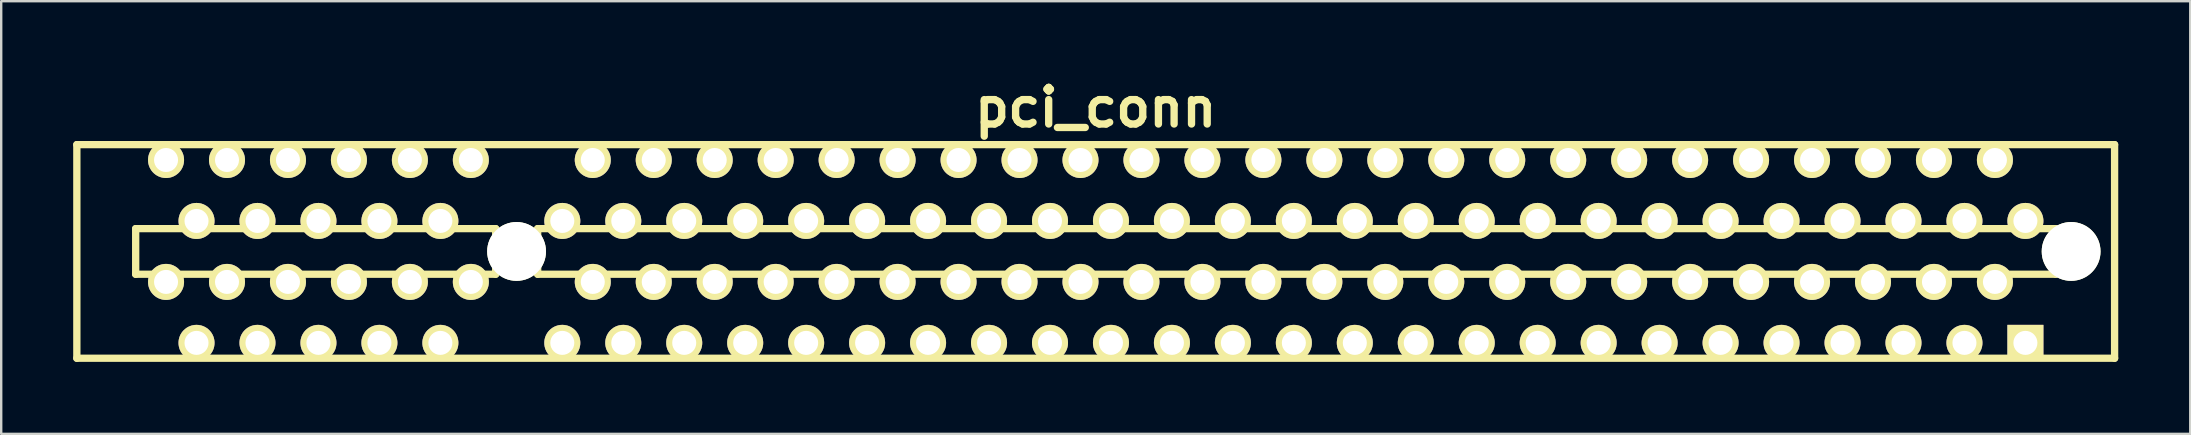
<source format=kicad_pcb>
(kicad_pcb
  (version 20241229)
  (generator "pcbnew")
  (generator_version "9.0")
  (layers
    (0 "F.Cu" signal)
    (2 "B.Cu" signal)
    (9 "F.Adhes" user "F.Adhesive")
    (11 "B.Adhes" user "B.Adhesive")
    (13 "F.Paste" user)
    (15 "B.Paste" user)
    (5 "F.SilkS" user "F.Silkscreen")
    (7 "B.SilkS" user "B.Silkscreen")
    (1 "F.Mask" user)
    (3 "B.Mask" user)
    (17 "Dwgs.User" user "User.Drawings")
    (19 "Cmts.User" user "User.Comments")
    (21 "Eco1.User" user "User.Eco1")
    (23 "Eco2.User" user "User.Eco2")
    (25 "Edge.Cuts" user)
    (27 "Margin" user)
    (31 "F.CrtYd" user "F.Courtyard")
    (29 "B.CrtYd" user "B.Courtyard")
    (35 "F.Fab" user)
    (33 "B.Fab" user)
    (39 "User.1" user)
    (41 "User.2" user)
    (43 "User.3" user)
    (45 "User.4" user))
  (footprint "pci_conn"
    (layer "F.Cu")
    (at 42.603 7.426)
    (property "Reference" "pci_conn" (at 0 -5.999 0) (layer "F.SilkS") (effects (font (size 1.524 1.524) (thickness 0.305))))
    (attr through_hole)
    (fp_line (start -42.451 -4.45) (end -42.451 4.45) (stroke (width 0.305) (type solid)) (layer "F.SilkS"))
    (fp_line (start -42.451 4.45) (end 42.451 4.45) (stroke (width 0.305) (type solid)) (layer "F.SilkS"))
    (fp_line (start -40 -0.95) (end -40 0.95) (stroke (width 0.305) (type solid)) (layer "F.SilkS"))
    (fp_line (start -40 0.95) (end -25.001 0.95) (stroke (width 0.305) (type solid)) (layer "F.SilkS"))
    (fp_line (start -25.001 -0.95) (end -40 -0.95) (stroke (width 0.305) (type solid)) (layer "F.SilkS"))
    (fp_line (start -25.001 0.95) (end -25.001 -0.95) (stroke (width 0.305) (type solid)) (layer "F.SilkS"))
    (fp_line (start -23.251 -0.95) (end 40 -0.95) (stroke (width 0.305) (type solid)) (layer "F.SilkS"))
    (fp_line (start -23.251 0.95) (end -23.251 -0.95) (stroke (width 0.305) (type solid)) (layer "F.SilkS"))
    (fp_line (start 40 -0.95) (end 40 0.95) (stroke (width 0.305) (type solid)) (layer "F.SilkS"))
    (fp_line (start 40 0.95) (end -23.251 0.95) (stroke (width 0.305) (type solid)) (layer "F.SilkS"))
    (fp_line (start 42.451 -4.45) (end -42.451 -4.45) (stroke (width 0.305) (type solid)) (layer "F.SilkS"))
    (fp_line (start 42.451 4.45) (end 42.451 -4.45) (stroke (width 0.305) (type solid)) (layer "F.SilkS"))
    (pad "" np_thru_hole circle (at -24.13 0) (size 2.451 2.451) (drill 2.451) (layers "*.Cu" "*.Mask" "F.SilkS"))
    (pad "" np_thru_hole circle (at 40.64 0) (size 2.451 2.451) (drill 2.451) (layers "*.Cu" "*.Mask" "F.SilkS"))
    (pad "A1" thru_hole rect (at 38.735 3.81) (size 1.501 1.501) (drill 1.001) (layers "*.Cu" "*.Mask" "F.SilkS"))
    (pad "A2" thru_hole circle (at 37.465 1.27) (size 1.501 1.501) (drill 1.001) (layers "*.Cu" "*.Mask" "F.SilkS"))
    (pad "A3" thru_hole circle (at 36.195 3.81) (size 1.501 1.501) (drill 1.001) (layers "*.Cu" "*.Mask" "F.SilkS"))
    (pad "A4" thru_hole circle (at 34.925 1.27) (size 1.501 1.501) (drill 1.001) (layers "*.Cu" "*.Mask" "F.SilkS"))
    (pad "A5" thru_hole circle (at 33.655 3.81) (size 1.501 1.501) (drill 1.001) (layers "*.Cu" "*.Mask" "F.SilkS"))
    (pad "A6" thru_hole circle (at 32.385 1.27) (size 1.501 1.501) (drill 1.001) (layers "*.Cu" "*.Mask" "F.SilkS"))
    (pad "A7" thru_hole circle (at 31.115 3.81) (size 1.501 1.501) (drill 1.001) (layers "*.Cu" "*.Mask" "F.SilkS"))
    (pad "A8" thru_hole circle (at 29.845 1.27) (size 1.501 1.501) (drill 1.001) (layers "*.Cu" "*.Mask" "F.SilkS"))
    (pad "A9" thru_hole circle (at 28.575 3.81) (size 1.501 1.501) (drill 1.001) (layers "*.Cu" "*.Mask" "F.SilkS"))
    (pad "A10" thru_hole circle (at 27.305 1.27) (size 1.501 1.501) (drill 1.001) (layers "*.Cu" "*.Mask" "F.SilkS"))
    (pad "A11" thru_hole circle (at 26.035 3.81) (size 1.501 1.501) (drill 1.001) (layers "*.Cu" "*.Mask" "F.SilkS"))
    (pad "A12" thru_hole circle (at 24.765 1.27) (size 1.501 1.501) (drill 1.001) (layers "*.Cu" "*.Mask" "F.SilkS"))
    (pad "A13" thru_hole circle (at 23.495 3.81) (size 1.501 1.501) (drill 1.001) (layers "*.Cu" "*.Mask" "F.SilkS"))
    (pad "A14" thru_hole circle (at 22.225 1.27) (size 1.501 1.501) (drill 1.001) (layers "*.Cu" "*.Mask" "F.SilkS"))
    (pad "A15" thru_hole circle (at 20.955 3.81) (size 1.501 1.501) (drill 1.001) (layers "*.Cu" "*.Mask" "F.SilkS"))
    (pad "A16" thru_hole circle (at 19.685 1.27) (size 1.501 1.501) (drill 1.001) (layers "*.Cu" "*.Mask" "F.SilkS"))
    (pad "A17" thru_hole circle (at 18.415 3.81) (size 1.501 1.501) (drill 1.001) (layers "*.Cu" "*.Mask" "F.SilkS"))
    (pad "A18" thru_hole circle (at 17.145 1.27) (size 1.501 1.501) (drill 1.001) (layers "*.Cu" "*.Mask" "F.SilkS"))
    (pad "A19" thru_hole circle (at 15.875 3.81) (size 1.501 1.501) (drill 1.001) (layers "*.Cu" "*.Mask" "F.SilkS"))
    (pad "A20" thru_hole circle (at 14.605 1.27) (size 1.501 1.501) (drill 1.001) (layers "*.Cu" "*.Mask" "F.SilkS"))
    (pad "A21" thru_hole circle (at 13.335 3.81) (size 1.501 1.501) (drill 1.001) (layers "*.Cu" "*.Mask" "F.SilkS"))
    (pad "A22" thru_hole circle (at 12.065 1.27) (size 1.501 1.501) (drill 1.001) (layers "*.Cu" "*.Mask" "F.SilkS"))
    (pad "A23" thru_hole circle (at 10.795 3.81) (size 1.501 1.501) (drill 1.001) (layers "*.Cu" "*.Mask" "F.SilkS"))
    (pad "A24" thru_hole circle (at 9.525 1.27) (size 1.501 1.501) (drill 1.001) (layers "*.Cu" "*.Mask" "F.SilkS"))
    (pad "A25" thru_hole circle (at 8.255 3.81) (size 1.501 1.501) (drill 1.001) (layers "*.Cu" "*.Mask" "F.SilkS"))
    (pad "A26" thru_hole circle (at 6.985 1.27) (size 1.501 1.501) (drill 1.001) (layers "*.Cu" "*.Mask" "F.SilkS"))
    (pad "A27" thru_hole circle (at 5.715 3.81) (size 1.501 1.501) (drill 1.001) (layers "*.Cu" "*.Mask" "F.SilkS"))
    (pad "A28" thru_hole circle (at 4.445 1.27) (size 1.501 1.501) (drill 1.001) (layers "*.Cu" "*.Mask" "F.SilkS"))
    (pad "A29" thru_hole circle (at 3.175 3.81) (size 1.501 1.501) (drill 1.001) (layers "*.Cu" "*.Mask" "F.SilkS"))
    (pad "A30" thru_hole circle (at 1.905 1.27) (size 1.501 1.501) (drill 1.001) (layers "*.Cu" "*.Mask" "F.SilkS"))
    (pad "A31" thru_hole circle (at 0.635 3.81) (size 1.501 1.501) (drill 1.001) (layers "*.Cu" "*.Mask" "F.SilkS"))
    (pad "A32" thru_hole circle (at -0.635 1.27) (size 1.501 1.501) (drill 1.001) (layers "*.Cu" "*.Mask" "F.SilkS"))
    (pad "A33" thru_hole circle (at -1.905 3.81) (size 1.501 1.501) (drill 1.001) (layers "*.Cu" "*.Mask" "F.SilkS"))
    (pad "A34" thru_hole circle (at -3.175 1.27) (size 1.501 1.501) (drill 1.001) (layers "*.Cu" "*.Mask" "F.SilkS"))
    (pad "A35" thru_hole circle (at -4.445 3.81) (size 1.501 1.501) (drill 1.001) (layers "*.Cu" "*.Mask" "F.SilkS"))
    (pad "A36" thru_hole circle (at -5.715 1.27) (size 1.501 1.501) (drill 1.001) (layers "*.Cu" "*.Mask" "F.SilkS"))
    (pad "A37" thru_hole circle (at -6.985 3.81) (size 1.501 1.501) (drill 1.001) (layers "*.Cu" "*.Mask" "F.SilkS"))
    (pad "A38" thru_hole circle (at -8.255 1.27) (size 1.501 1.501) (drill 1.001) (layers "*.Cu" "*.Mask" "F.SilkS"))
    (pad "A39" thru_hole circle (at -9.525 3.81) (size 1.501 1.501) (drill 1.001) (layers "*.Cu" "*.Mask" "F.SilkS"))
    (pad "A40" thru_hole circle (at -10.795 1.27) (size 1.501 1.501) (drill 1.001) (layers "*.Cu" "*.Mask" "F.SilkS"))
    (pad "A41" thru_hole circle (at -12.065 3.81) (size 1.501 1.501) (drill 1.001) (layers "*.Cu" "*.Mask" "F.SilkS"))
    (pad "A42" thru_hole circle (at -13.335 1.27) (size 1.501 1.501) (drill 1.001) (layers "*.Cu" "*.Mask" "F.SilkS"))
    (pad "A43" thru_hole circle (at -14.605 3.81) (size 1.501 1.501) (drill 1.001) (layers "*.Cu" "*.Mask" "F.SilkS"))
    (pad "A44" thru_hole circle (at -15.875 1.27) (size 1.501 1.501) (drill 1.001) (layers "*.Cu" "*.Mask" "F.SilkS"))
    (pad "A45" thru_hole circle (at -17.145 3.81) (size 1.501 1.501) (drill 1.001) (layers "*.Cu" "*.Mask" "F.SilkS"))
    (pad "A46" thru_hole circle (at -18.415 1.27) (size 1.501 1.501) (drill 1.001) (layers "*.Cu" "*.Mask" "F.SilkS"))
    (pad "A47" thru_hole circle (at -19.685 3.81) (size 1.501 1.501) (drill 1.001) (layers "*.Cu" "*.Mask" "F.SilkS"))
    (pad "A48" thru_hole circle (at -20.955 1.27) (size 1.501 1.501) (drill 1.001) (layers "*.Cu" "*.Mask" "F.SilkS"))
    (pad "A49" thru_hole circle (at -22.225 3.81) (size 1.501 1.501) (drill 1.001) (layers "*.Cu" "*.Mask" "F.SilkS"))
    (pad "A50" thru_hole circle (at -26.035 1.27) (size 1.501 1.501) (drill 1.001) (layers "*.Cu" "*.Mask" "F.SilkS"))
    (pad "A51" thru_hole circle (at -27.305 3.81) (size 1.501 1.501) (drill 1.001) (layers "*.Cu" "*.Mask" "F.SilkS"))
    (pad "A52" thru_hole circle (at -28.575 1.27) (size 1.501 1.501) (drill 1.001) (layers "*.Cu" "*.Mask" "F.SilkS"))
    (pad "A53" thru_hole circle (at -29.845 3.81) (size 1.501 1.501) (drill 1.001) (layers "*.Cu" "*.Mask" "F.SilkS"))
    (pad "A54" thru_hole circle (at -31.115 1.27) (size 1.501 1.501) (drill 1.001) (layers "*.Cu" "*.Mask" "F.SilkS"))
    (pad "A55" thru_hole circle (at -32.385 3.81) (size 1.501 1.501) (drill 1.001) (layers "*.Cu" "*.Mask" "F.SilkS"))
    (pad "A56" thru_hole circle (at -33.655 1.27) (size 1.501 1.501) (drill 1.001) (layers "*.Cu" "*.Mask" "F.SilkS"))
    (pad "A57" thru_hole circle (at -34.925 3.81) (size 1.501 1.501) (drill 1.001) (layers "*.Cu" "*.Mask" "F.SilkS"))
    (pad "A58" thru_hole circle (at -36.195 1.27) (size 1.501 1.501) (drill 1.001) (layers "*.Cu" "*.Mask" "F.SilkS"))
    (pad "A59" thru_hole circle (at -37.465 3.81) (size 1.501 1.501) (drill 1.001) (layers "*.Cu" "*.Mask" "F.SilkS"))
    (pad "A60" thru_hole circle (at -38.735 1.27) (size 1.501 1.501) (drill 1.001) (layers "*.Cu" "*.Mask" "F.SilkS"))
    (pad "B1" thru_hole circle (at 38.735 -1.27) (size 1.501 1.501) (drill 1.001) (layers "*.Cu" "*.Mask" "F.SilkS"))
    (pad "B2" thru_hole circle (at 37.465 -3.81) (size 1.501 1.501) (drill 1.001) (layers "*.Cu" "*.Mask" "F.SilkS"))
    (pad "B3" thru_hole circle (at 36.195 -1.27) (size 1.501 1.501) (drill 1.001) (layers "*.Cu" "*.Mask" "F.SilkS"))
    (pad "B4" thru_hole circle (at 34.925 -3.81) (size 1.501 1.501) (drill 1.001) (layers "*.Cu" "*.Mask" "F.SilkS"))
    (pad "B5" thru_hole circle (at 33.655 -1.27) (size 1.501 1.501) (drill 1.001) (layers "*.Cu" "*.Mask" "F.SilkS"))
    (pad "B6" thru_hole circle (at 32.385 -3.81) (size 1.501 1.501) (drill 1.001) (layers "*.Cu" "*.Mask" "F.SilkS"))
    (pad "B7" thru_hole circle (at 31.115 -1.27) (size 1.501 1.501) (drill 1.001) (layers "*.Cu" "*.Mask" "F.SilkS"))
    (pad "B8" thru_hole circle (at 29.845 -3.81) (size 1.501 1.501) (drill 1.001) (layers "*.Cu" "*.Mask" "F.SilkS"))
    (pad "B9" thru_hole circle (at 28.575 -1.27) (size 1.501 1.501) (drill 1.001) (layers "*.Cu" "*.Mask" "F.SilkS"))
    (pad "B10" thru_hole circle (at 27.305 -3.81) (size 1.501 1.501) (drill 1.001) (layers "*.Cu" "*.Mask" "F.SilkS"))
    (pad "B11" thru_hole circle (at 26.035 -1.27) (size 1.501 1.501) (drill 1.001) (layers "*.Cu" "*.Mask" "F.SilkS"))
    (pad "B12" thru_hole circle (at 24.765 -3.81) (size 1.501 1.501) (drill 1.001) (layers "*.Cu" "*.Mask" "F.SilkS"))
    (pad "B13" thru_hole circle (at 23.495 -1.27) (size 1.501 1.501) (drill 1.001) (layers "*.Cu" "*.Mask" "F.SilkS"))
    (pad "B14" thru_hole circle (at 22.225 -3.81) (size 1.501 1.501) (drill 1.001) (layers "*.Cu" "*.Mask" "F.SilkS"))
    (pad "B15" thru_hole circle (at 20.955 -1.27) (size 1.501 1.501) (drill 1.001) (layers "*.Cu" "*.Mask" "F.SilkS"))
    (pad "B16" thru_hole circle (at 19.685 -3.81) (size 1.501 1.501) (drill 1.001) (layers "*.Cu" "*.Mask" "F.SilkS"))
    (pad "B17" thru_hole circle (at 18.415 -1.27) (size 1.501 1.501) (drill 1.001) (layers "*.Cu" "*.Mask" "F.SilkS"))
    (pad "B18" thru_hole circle (at 17.145 -3.81) (size 1.501 1.501) (drill 1.001) (layers "*.Cu" "*.Mask" "F.SilkS"))
    (pad "B19" thru_hole circle (at 15.875 -1.27) (size 1.501 1.501) (drill 1.001) (layers "*.Cu" "*.Mask" "F.SilkS"))
    (pad "B20" thru_hole circle (at 14.605 -3.81) (size 1.501 1.501) (drill 1.001) (layers "*.Cu" "*.Mask" "F.SilkS"))
    (pad "B21" thru_hole circle (at 13.335 -1.27) (size 1.501 1.501) (drill 1.001) (layers "*.Cu" "*.Mask" "F.SilkS"))
    (pad "B22" thru_hole circle (at 12.065 -3.81) (size 1.501 1.501) (drill 1.001) (layers "*.Cu" "*.Mask" "F.SilkS"))
    (pad "B23" thru_hole circle (at 10.795 -1.27) (size 1.501 1.501) (drill 1.001) (layers "*.Cu" "*.Mask" "F.SilkS"))
    (pad "B24" thru_hole circle (at 9.525 -3.81) (size 1.501 1.501) (drill 1.001) (layers "*.Cu" "*.Mask" "F.SilkS"))
    (pad "B25" thru_hole circle (at 8.255 -1.27) (size 1.501 1.501) (drill 1.001) (layers "*.Cu" "*.Mask" "F.SilkS"))
    (pad "B26" thru_hole circle (at 6.985 -3.81) (size 1.501 1.501) (drill 1.001) (layers "*.Cu" "*.Mask" "F.SilkS"))
    (pad "B27" thru_hole circle (at 5.715 -1.27) (size 1.501 1.501) (drill 1.001) (layers "*.Cu" "*.Mask" "F.SilkS"))
    (pad "B28" thru_hole circle (at 4.445 -3.81) (size 1.501 1.501) (drill 1.001) (layers "*.Cu" "*.Mask" "F.SilkS"))
    (pad "B29" thru_hole circle (at 3.175 -1.27) (size 1.501 1.501) (drill 1.001) (layers "*.Cu" "*.Mask" "F.SilkS"))
    (pad "B30" thru_hole circle (at 1.905 -3.81) (size 1.501 1.501) (drill 1.001) (layers "*.Cu" "*.Mask" "F.SilkS"))
    (pad "B31" thru_hole circle (at 0.635 -1.27) (size 1.501 1.501) (drill 1.001) (layers "*.Cu" "*.Mask" "F.SilkS"))
    (pad "B32" thru_hole circle (at -0.635 -3.81) (size 1.501 1.501) (drill 1.001) (layers "*.Cu" "*.Mask" "F.SilkS"))
    (pad "B33" thru_hole circle (at -1.905 -1.27) (size 1.501 1.501) (drill 1.001) (layers "*.Cu" "*.Mask" "F.SilkS"))
    (pad "B34" thru_hole circle (at -3.175 -3.81) (size 1.501 1.501) (drill 1.001) (layers "*.Cu" "*.Mask" "F.SilkS"))
    (pad "B35" thru_hole circle (at -4.445 -1.27) (size 1.501 1.501) (drill 1.001) (layers "*.Cu" "*.Mask" "F.SilkS"))
    (pad "B36" thru_hole circle (at -5.715 -3.81) (size 1.501 1.501) (drill 1.001) (layers "*.Cu" "*.Mask" "F.SilkS"))
    (pad "B37" thru_hole circle (at -6.985 -1.27) (size 1.501 1.501) (drill 1.001) (layers "*.Cu" "*.Mask" "F.SilkS"))
    (pad "B38" thru_hole circle (at -8.255 -3.81) (size 1.501 1.501) (drill 1.001) (layers "*.Cu" "*.Mask" "F.SilkS"))
    (pad "B39" thru_hole circle (at -9.525 -1.27) (size 1.501 1.501) (drill 1.001) (layers "*.Cu" "*.Mask" "F.SilkS"))
    (pad "B40" thru_hole circle (at -10.795 -3.81) (size 1.501 1.501) (drill 1.001) (layers "*.Cu" "*.Mask" "F.SilkS"))
    (pad "B41" thru_hole circle (at -12.065 -1.27) (size 1.501 1.501) (drill 1.001) (layers "*.Cu" "*.Mask" "F.SilkS"))
    (pad "B42" thru_hole circle (at -13.335 -3.81) (size 1.501 1.501) (drill 1.001) (layers "*.Cu" "*.Mask" "F.SilkS"))
    (pad "B43" thru_hole circle (at -14.605 -1.27) (size 1.501 1.501) (drill 1.001) (layers "*.Cu" "*.Mask" "F.SilkS"))
    (pad "B44" thru_hole circle (at -15.875 -3.81) (size 1.501 1.501) (drill 1.001) (layers "*.Cu" "*.Mask" "F.SilkS"))
    (pad "B45" thru_hole circle (at -17.145 -1.27) (size 1.501 1.501) (drill 1.001) (layers "*.Cu" "*.Mask" "F.SilkS"))
    (pad "B46" thru_hole circle (at -18.415 -3.81) (size 1.501 1.501) (drill 1.001) (layers "*.Cu" "*.Mask" "F.SilkS"))
    (pad "B47" thru_hole circle (at -19.685 -1.27) (size 1.501 1.501) (drill 1.001) (layers "*.Cu" "*.Mask" "F.SilkS"))
    (pad "B48" thru_hole circle (at -20.955 -3.81) (size 1.501 1.501) (drill 1.001) (layers "*.Cu" "*.Mask" "F.SilkS"))
    (pad "B49" thru_hole circle (at -22.225 -1.27) (size 1.501 1.501) (drill 1.001) (layers "*.Cu" "*.Mask" "F.SilkS"))
    (pad "B50" thru_hole circle (at -26.035 -3.81) (size 1.501 1.501) (drill 1.001) (layers "*.Cu" "*.Mask" "F.SilkS"))
    (pad "B51" thru_hole circle (at -27.305 -1.27) (size 1.501 1.501) (drill 1.001) (layers "*.Cu" "*.Mask" "F.SilkS"))
    (pad "B52" thru_hole circle (at -28.575 -3.81) (size 1.501 1.501) (drill 1.001) (layers "*.Cu" "*.Mask" "F.SilkS"))
    (pad "B53" thru_hole circle (at -29.845 -1.27) (size 1.501 1.501) (drill 1.001) (layers "*.Cu" "*.Mask" "F.SilkS"))
    (pad "B54" thru_hole circle (at -31.115 -3.81) (size 1.501 1.501) (drill 1.001) (layers "*.Cu" "*.Mask" "F.SilkS"))
    (pad "B55" thru_hole circle (at -32.385 -1.27) (size 1.501 1.501) (drill 1.001) (layers "*.Cu" "*.Mask" "F.SilkS"))
    (pad "B56" thru_hole circle (at -33.655 -3.81) (size 1.501 1.501) (drill 1.001) (layers "*.Cu" "*.Mask" "F.SilkS"))
    (pad "B57" thru_hole circle (at -34.925 -1.27) (size 1.501 1.501) (drill 1.001) (layers "*.Cu" "*.Mask" "F.SilkS"))
    (pad "B58" thru_hole circle (at -36.195 -3.81) (size 1.501 1.501) (drill 1.001) (layers "*.Cu" "*.Mask" "F.SilkS"))
    (pad "B59" thru_hole circle (at -37.465 -1.27) (size 1.501 1.501) (drill 1.001) (layers "*.Cu" "*.Mask" "F.SilkS"))
    (pad "B60" thru_hole circle (at -38.735 -3.81) (size 1.501 1.501) (drill 1.001) (layers "*.Cu" "*.Mask" "F.SilkS")))
  (gr_rect
    (start -3 -3)
    (end 88.207 15.028)
    (stroke (width 0.1) (type default))
    (fill no)
    (layer "Edge.Cuts")))
</source>
